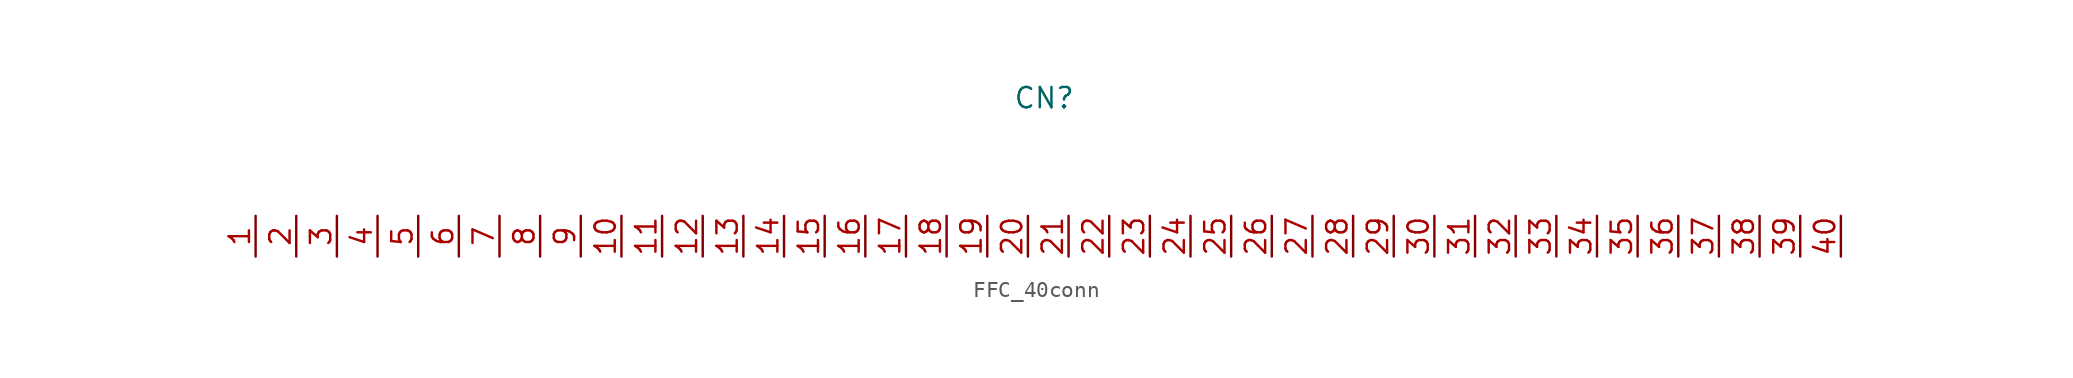
<source format=kicad_sym>
(kicad_symbol_lib
  (version 20231120)
  (generator "kicad_symbol_editor")
  (generator_version "8.0")
  (symbol "FFC_40conn"
    (property "Reference" "CN"
      (at -0.254 6.096 0)
      (effects (font (size 1.27 1.27))))
    (property "Value" ""
      (at -6.35 2.54 0)
      (effects (font (size 1.27 1.27))))
    (symbol "FFC_40conn_1_1"
      (pin passive line (at -49.53 -1.27 270) (length 2.54) (name "" (effects (font (size 1.27 1.27)))) (number "1" (effects (font (size 1.27 1.27)))))
      (pin passive line (at -26.67 -1.27 270) (length 2.54) (name "" (effects (font (size 1.27 1.27)))) (number "10" (effects (font (size 1.27 1.27)))))
      (pin passive line (at -24.13 -1.27 270) (length 2.54) (name "" (effects (font (size 1.27 1.27)))) (number "11" (effects (font (size 1.27 1.27)))))
      (pin passive line (at -21.59 -1.27 270) (length 2.54) (name "" (effects (font (size 1.27 1.27)))) (number "12" (effects (font (size 1.27 1.27)))))
      (pin passive line (at -19.05 -1.27 270) (length 2.54) (name "" (effects (font (size 1.27 1.27)))) (number "13" (effects (font (size 1.27 1.27)))))
      (pin passive line (at -16.51 -1.27 270) (length 2.54) (name "" (effects (font (size 1.27 1.27)))) (number "14" (effects (font (size 1.27 1.27)))))
      (pin passive line (at -13.97 -1.27 270) (length 2.54) (name "" (effects (font (size 1.27 1.27)))) (number "15" (effects (font (size 1.27 1.27)))))
      (pin passive line (at -11.43 -1.27 270) (length 2.54) (name "" (effects (font (size 1.27 1.27)))) (number "16" (effects (font (size 1.27 1.27)))))
      (pin passive line (at -8.89 -1.27 270) (length 2.54) (name "" (effects (font (size 1.27 1.27)))) (number "17" (effects (font (size 1.27 1.27)))))
      (pin passive line (at -6.35 -1.27 270) (length 2.54) (name "" (effects (font (size 1.27 1.27)))) (number "18" (effects (font (size 1.27 1.27)))))
      (pin passive line (at -3.81 -1.27 270) (length 2.54) (name "" (effects (font (size 1.27 1.27)))) (number "19" (effects (font (size 1.27 1.27)))))
      (pin passive line (at -46.99 -1.27 270) (length 2.54) (name "" (effects (font (size 1.27 1.27)))) (number "2" (effects (font (size 1.27 1.27)))))
      (pin passive line (at -1.27 -1.27 270) (length 2.54) (name "" (effects (font (size 1.27 1.27)))) (number "20" (effects (font (size 1.27 1.27)))))
      (pin passive line (at 1.27 -1.27 270) (length 2.54) (name "" (effects (font (size 1.27 1.27)))) (number "21" (effects (font (size 1.27 1.27)))))
      (pin passive line (at 3.81 -1.27 270) (length 2.54) (name "" (effects (font (size 1.27 1.27)))) (number "22" (effects (font (size 1.27 1.27)))))
      (pin passive line (at 6.35 -1.27 270) (length 2.54) (name "" (effects (font (size 1.27 1.27)))) (number "23" (effects (font (size 1.27 1.27)))))
      (pin passive line (at 8.89 -1.27 270) (length 2.54) (name "" (effects (font (size 1.27 1.27)))) (number "24" (effects (font (size 1.27 1.27)))))
      (pin passive line (at 11.43 -1.27 270) (length 2.54) (name "" (effects (font (size 1.27 1.27)))) (number "25" (effects (font (size 1.27 1.27)))))
      (pin passive line (at 13.97 -1.27 270) (length 2.54) (name "" (effects (font (size 1.27 1.27)))) (number "26" (effects (font (size 1.27 1.27)))))
      (pin passive line (at 16.51 -1.27 270) (length 2.54) (name "" (effects (font (size 1.27 1.27)))) (number "27" (effects (font (size 1.27 1.27)))))
      (pin passive line (at 19.05 -1.27 270) (length 2.54) (name "" (effects (font (size 1.27 1.27)))) (number "28" (effects (font (size 1.27 1.27)))))
      (pin passive line (at 21.59 -1.27 270) (length 2.54) (name "" (effects (font (size 1.27 1.27)))) (number "29" (effects (font (size 1.27 1.27)))))
      (pin passive line (at -44.45 -1.27 270) (length 2.54) (name "" (effects (font (size 1.27 1.27)))) (number "3" (effects (font (size 1.27 1.27)))))
      (pin passive line (at 24.13 -1.27 270) (length 2.54) (name "" (effects (font (size 1.27 1.27)))) (number "30" (effects (font (size 1.27 1.27)))))
      (pin passive line (at 26.67 -1.27 270) (length 2.54) (name "" (effects (font (size 1.27 1.27)))) (number "31" (effects (font (size 1.27 1.27)))))
      (pin passive line (at 29.21 -1.27 270) (length 2.54) (name "" (effects (font (size 1.27 1.27)))) (number "32" (effects (font (size 1.27 1.27)))))
      (pin passive line (at 31.75 -1.27 270) (length 2.54) (name "" (effects (font (size 1.27 1.27)))) (number "33" (effects (font (size 1.27 1.27)))))
      (pin passive line (at 34.29 -1.27 270) (length 2.54) (name "" (effects (font (size 1.27 1.27)))) (number "34" (effects (font (size 1.27 1.27)))))
      (pin passive line (at 36.83 -1.27 270) (length 2.54) (name "" (effects (font (size 1.27 1.27)))) (number "35" (effects (font (size 1.27 1.27)))))
      (pin passive line (at 39.37 -1.27 270) (length 2.54) (name "" (effects (font (size 1.27 1.27)))) (number "36" (effects (font (size 1.27 1.27)))))
      (pin passive line (at 41.91 -1.27 270) (length 2.54) (name "" (effects (font (size 1.27 1.27)))) (number "37" (effects (font (size 1.27 1.27)))))
      (pin passive line (at 44.45 -1.27 270) (length 2.54) (name "" (effects (font (size 1.27 1.27)))) (number "38" (effects (font (size 1.27 1.27)))))
      (pin passive line (at 46.99 -1.27 270) (length 2.54) (name "" (effects (font (size 1.27 1.27)))) (number "39" (effects (font (size 1.27 1.27)))))
      (pin passive line (at -41.91 -1.27 270) (length 2.54) (name "" (effects (font (size 1.27 1.27)))) (number "4" (effects (font (size 1.27 1.27)))))
      (pin passive line (at 49.53 -1.27 270) (length 2.54) (name "" (effects (font (size 1.27 1.27)))) (number "40" (effects (font (size 1.27 1.27)))))
      (pin passive line (at -39.37 -1.27 270) (length 2.54) (name "" (effects (font (size 1.27 1.27)))) (number "5" (effects (font (size 1.27 1.27)))))
      (pin passive line (at -36.83 -1.27 270) (length 2.54) (name "" (effects (font (size 1.27 1.27)))) (number "6" (effects (font (size 1.27 1.27)))))
      (pin passive line (at -34.29 -1.27 270) (length 2.54) (name "" (effects (font (size 1.27 1.27)))) (number "7" (effects (font (size 1.27 1.27)))))
      (pin passive line (at -31.75 -1.27 270) (length 2.54) (name "" (effects (font (size 1.27 1.27)))) (number "8" (effects (font (size 1.27 1.27)))))
      (pin passive line (at -29.21 -1.27 270) (length 2.54) (name "" (effects (font (size 1.27 1.27)))) (number "9" (effects (font (size 1.27 1.27))))))))
</source>
